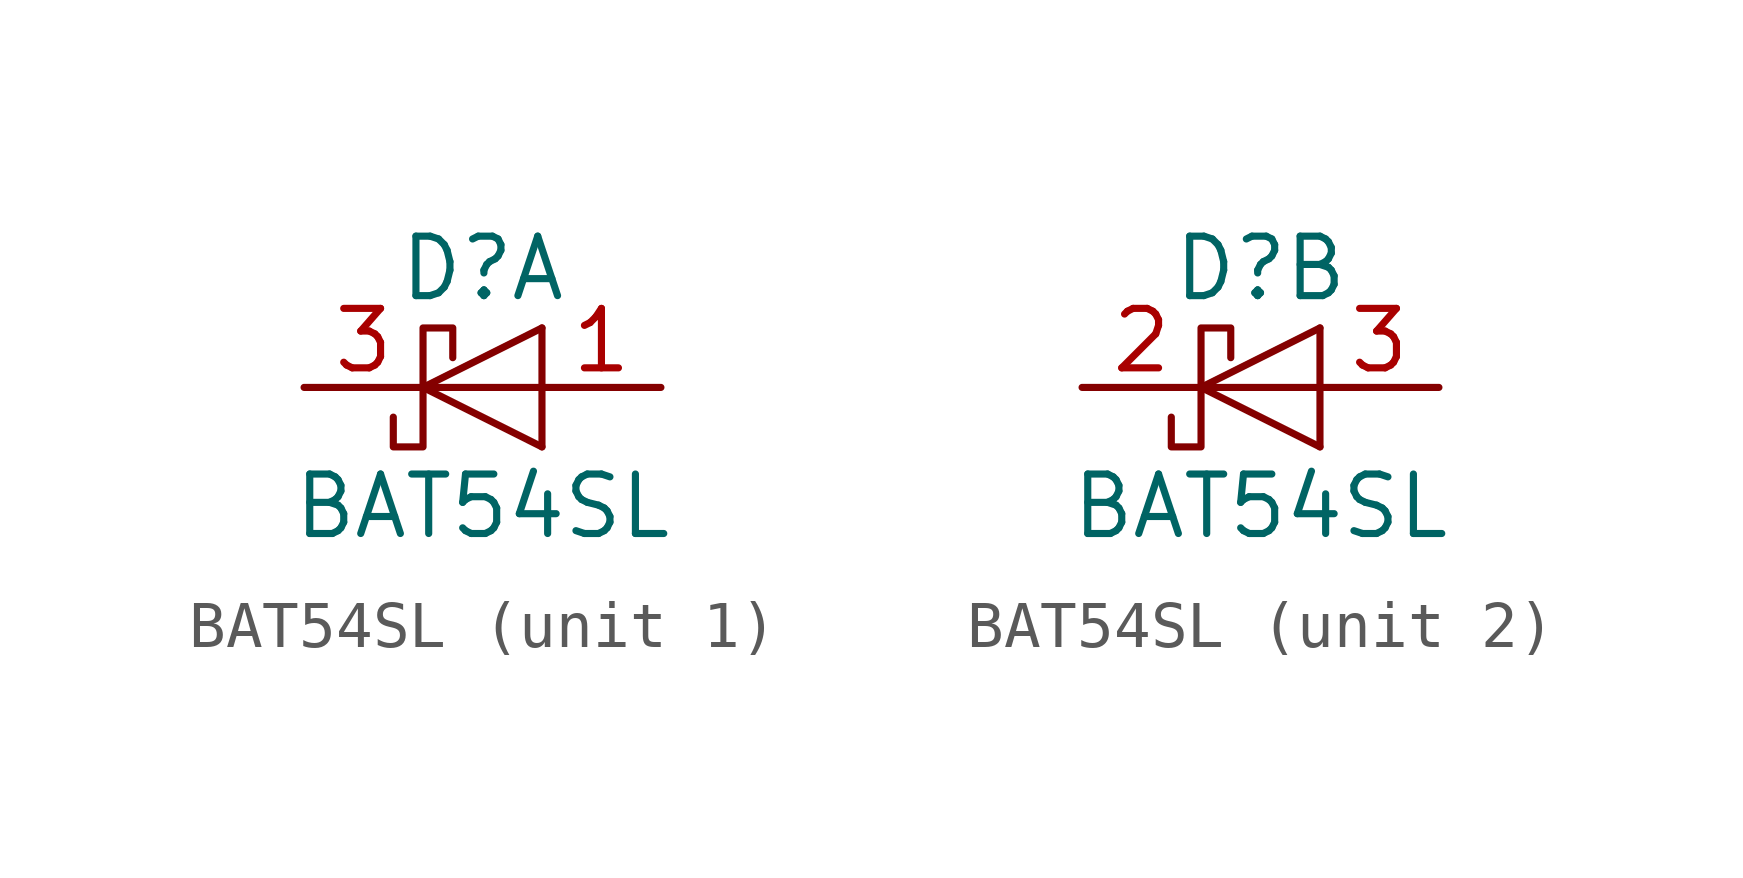
<source format=kicad_sym>
(kicad_symbol_lib
  (version 20220914)
  (generator kicad_symbol_editor)
  (symbol "BAT54SL"
    (pin_names
      (offset 1.016) hide)
    (property "Reference" "D"
      (at 0 2.54 0)
      (effects (font (size 1.27 1.27))))
    (property "Value" "BAT54SL"
      (at 0 -2.54 0)
      (effects (font (size 1.27 1.27))))
    (symbol "BAT54SL_0_1"
      (polyline (pts (xy 1.27 -1.27) (xy 1.27 1.27)) (stroke (width 0) (type default)) (fill (type none)))
      (polyline (pts (xy 1.27 0) (xy -1.27 0)) (stroke (width 0) (type default)) (fill (type none)))
      (polyline (pts (xy 1.27 1.27) (xy -1.27 0) (xy 1.27 -1.27)) (stroke (width 0) (type default)) (fill (type none)))
      (polyline (pts (xy -0.635 0.635) (xy -0.635 1.27) (xy -1.27 1.27) (xy -1.27 -1.27) (xy -1.905 -1.27) (xy -1.905 -0.635)) (stroke (width 0) (type default)) (fill (type none))))
    (symbol "BAT54SL_1_1"
      (pin passive line (at 3.81 0 180) (length 2.54) (name "A" (effects (font (size 1.27 1.27)))) (number "1" (effects (font (size 1.27 1.27)))))
      (pin passive line (at -3.81 0 0) (length 2.54) (name "COM" (effects (font (size 1.27 1.27)))) (number "3" (effects (font (size 1.27 1.27))))))
    (symbol "BAT54SL_2_1"
      (pin passive line (at -3.81 0 0) (length 2.54) (name "K" (effects (font (size 1.27 1.27)))) (number "2" (effects (font (size 1.27 1.27)))))
      (pin passive line (at 3.81 0 180) (length 2.54) (name "COM" (effects (font (size 1.27 1.27)))) (number "3" (effects (font (size 1.27 1.27))))))))
</source>
